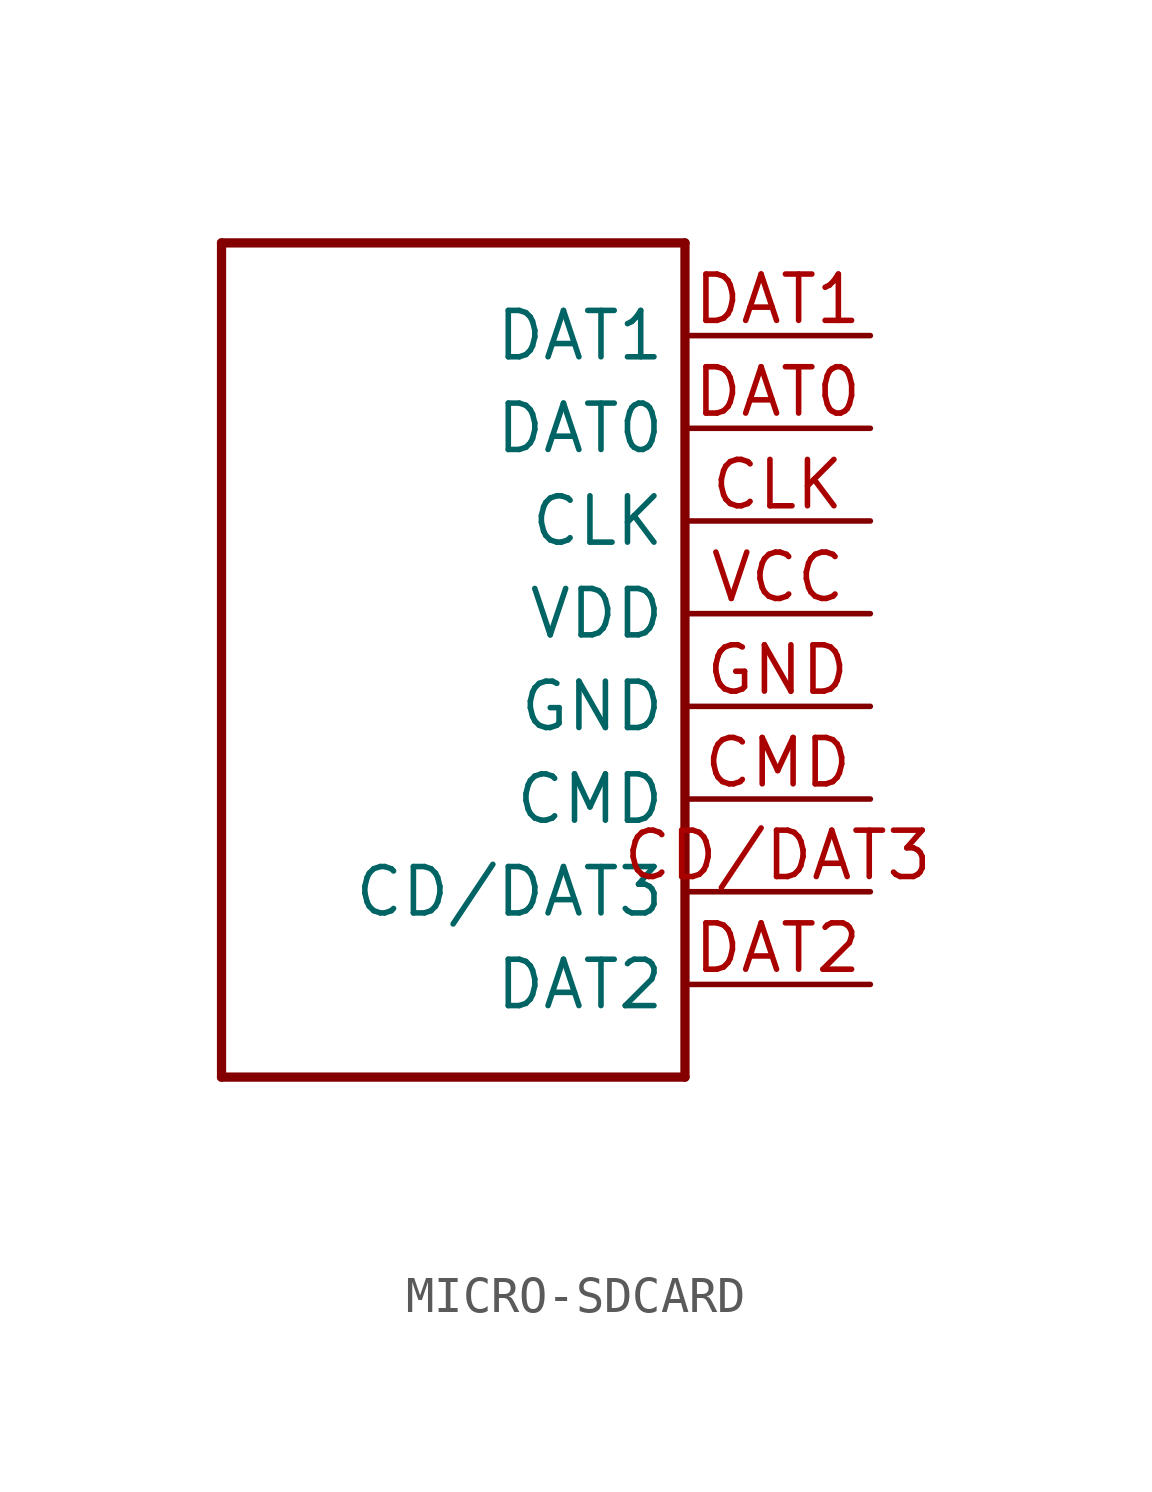
<source format=kicad_sym>
(kicad_symbol_lib
  (version 20220914)
  (generator kicad_symbol_editor)
  (symbol "MICRO-SDCARD"
    (property "Reference" ""
      (at 5.08 25.4 0)
      (effects (font (size 1.27 1.079)) (justify right top) hide))
    (property "Value" ""
      (at 0 -2.54 0)
      (effects (font (size 1.27 1.079)) (justify left bottom)))
    (property "ki_locked" ""
      (at 0 0 0)
      (effects (font (size 1.27 1.27))))
    (symbol "MICRO-SDCARD_1_0"
      (polyline (pts (xy 0 0) (xy 0 22.86)) (stroke (width 0.254) (type solid)) (fill (type none)))
      (polyline (pts (xy 0 22.86) (xy 12.7 22.86)) (stroke (width 0.254) (type solid)) (fill (type none)))
      (polyline (pts (xy 12.7 0) (xy 0 0)) (stroke (width 0.254) (type solid)) (fill (type none)))
      (polyline (pts (xy 12.7 22.86) (xy 12.7 0)) (stroke (width 0.254) (type solid)) (fill (type none)))
      (pin bidirectional line (at 17.78 5.08 180) (length 5.08) (name "CD/DAT3" (effects (font (size 1.27 1.27)))) (number "CD/DAT3" (effects (font (size 1.27 1.27)))))
      (pin bidirectional line (at 17.78 15.24 180) (length 5.08) (name "CLK" (effects (font (size 1.27 1.27)))) (number "CLK" (effects (font (size 1.27 1.27)))))
      (pin bidirectional line (at 17.78 7.62 180) (length 5.08) (name "CMD" (effects (font (size 1.27 1.27)))) (number "CMD" (effects (font (size 1.27 1.27)))))
      (pin bidirectional line (at 17.78 17.78 180) (length 5.08) (name "DAT0" (effects (font (size 1.27 1.27)))) (number "DAT0" (effects (font (size 1.27 1.27)))))
      (pin bidirectional line (at 17.78 20.32 180) (length 5.08) (name "DAT1" (effects (font (size 1.27 1.27)))) (number "DAT1" (effects (font (size 1.27 1.27)))))
      (pin bidirectional line (at 17.78 2.54 180) (length 5.08) (name "DAT2" (effects (font (size 1.27 1.27)))) (number "DAT2" (effects (font (size 1.27 1.27)))))
      (pin bidirectional line (at 17.78 10.16 180) (length 5.08) (name "GND" (effects (font (size 1.27 1.27)))) (number "GND" (effects (font (size 1.27 1.27)))))
      (pin bidirectional line (at 17.78 12.7 180) (length 5.08) (name "VDD" (effects (font (size 1.27 1.27)))) (number "VCC" (effects (font (size 1.27 1.27))))))))
</source>
